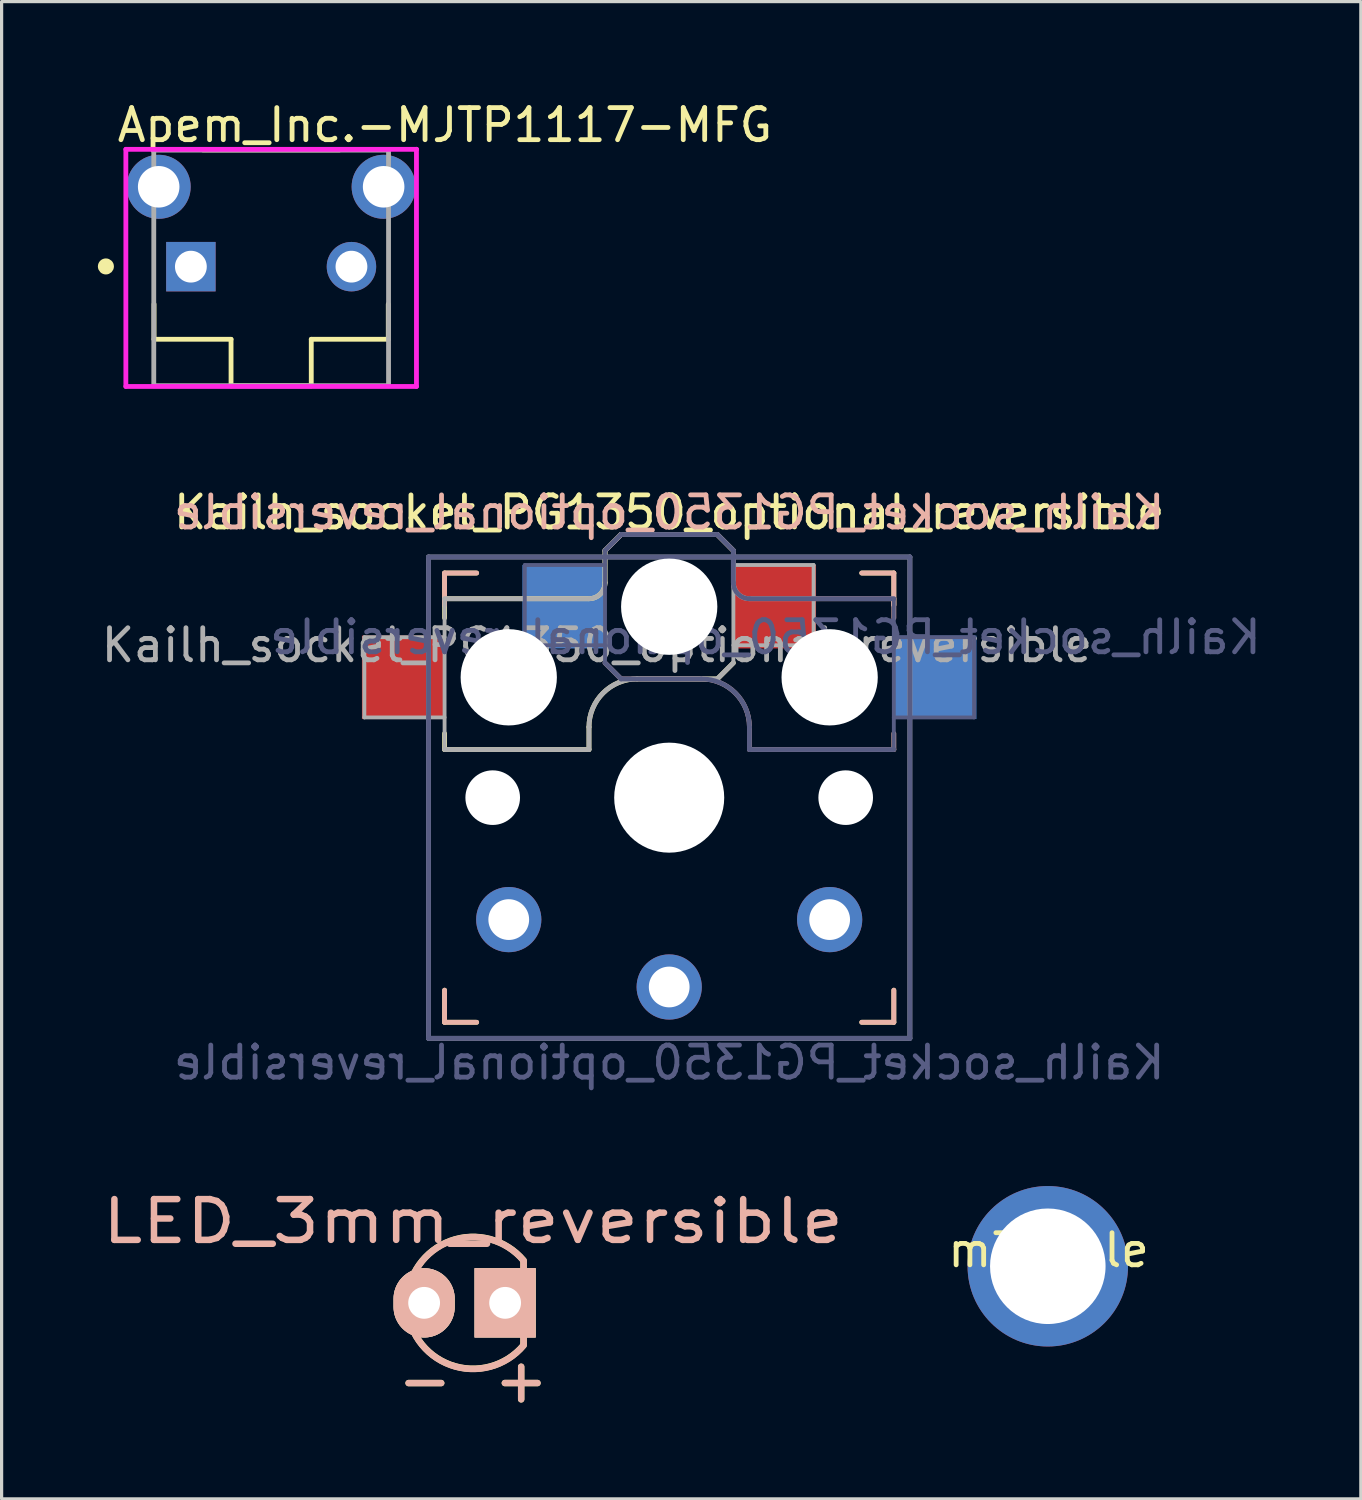
<source format=kicad_pcb>
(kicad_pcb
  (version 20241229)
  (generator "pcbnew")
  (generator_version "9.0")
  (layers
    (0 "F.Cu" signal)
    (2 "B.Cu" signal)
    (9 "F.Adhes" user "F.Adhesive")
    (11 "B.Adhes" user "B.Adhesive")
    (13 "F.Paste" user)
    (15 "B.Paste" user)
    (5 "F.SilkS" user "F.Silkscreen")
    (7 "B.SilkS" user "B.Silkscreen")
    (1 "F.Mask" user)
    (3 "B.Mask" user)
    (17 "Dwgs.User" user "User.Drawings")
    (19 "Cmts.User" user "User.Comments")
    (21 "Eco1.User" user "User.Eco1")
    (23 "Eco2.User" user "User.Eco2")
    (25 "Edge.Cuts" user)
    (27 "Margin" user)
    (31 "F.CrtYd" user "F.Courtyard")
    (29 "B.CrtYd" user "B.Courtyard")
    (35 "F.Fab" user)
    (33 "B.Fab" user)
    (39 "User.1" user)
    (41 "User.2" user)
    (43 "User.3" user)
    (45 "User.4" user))
  (footprint "Kailh_socket_PG1350_optional_reversible"
    (layer "F.Cu")
    (at 17.804 21.807)
    (property "Reference" "Kailh_socket_PG1350_optional_reversible" (at 0 -8.89 0) (layer "F.SilkS") (effects (font (size 1 1) (thickness 0.15))))
    (property "Value" "Kailh_socket_PG1350_optional_reversible" (at 0 8.255 0) (layer "F.Fab") (hide yes) (effects (font (size 1 1) (thickness 0.15))))
    (attr through_hole)
    (fp_line (start -7 -7) (end -6 -7) (stroke (width 0.15) (type solid)) (layer "F.SilkS"))
    (fp_line (start -7 -6.2) (end -2.5 -6.2) (stroke (width 0.15) (type solid)) (layer "F.SilkS"))
    (fp_line (start -7 -6) (end -7 -7) (stroke (width 0.15) (type solid)) (layer "F.SilkS"))
    (fp_line (start -7 -5.6) (end -7 -6.2) (stroke (width 0.15) (type solid)) (layer "F.SilkS"))
    (fp_line (start -7 -1.5) (end -7 -2) (stroke (width 0.15) (type solid)) (layer "F.SilkS"))
    (fp_line (start -7 7) (end -7 6) (stroke (width 0.15) (type solid)) (layer "F.SilkS"))
    (fp_line (start -6 7) (end -7 7) (stroke (width 0.15) (type solid)) (layer "F.SilkS"))
    (fp_line (start -2.5 -2.2) (end -2.5 -1.5) (stroke (width 0.15) (type solid)) (layer "F.SilkS"))
    (fp_line (start -2.5 -1.5) (end -7 -1.5) (stroke (width 0.15) (type solid)) (layer "F.SilkS"))
    (fp_line (start -2 -6.7) (end -2 -7.7) (stroke (width 0.15) (type solid)) (layer "F.SilkS"))
    (fp_line (start -1.5 -8.2) (end -2 -7.7) (stroke (width 0.15) (type solid)) (layer "F.SilkS"))
    (fp_line (start 1.5 -8.2) (end -1.5 -8.2) (stroke (width 0.15) (type solid)) (layer "F.SilkS"))
    (fp_line (start 1.5 -3.7) (end -1 -3.7) (stroke (width 0.15) (type solid)) (layer "F.SilkS"))
    (fp_line (start 2 -7.7) (end 1.5 -8.2) (stroke (width 0.15) (type solid)) (layer "F.SilkS"))
    (fp_line (start 2 -4.2) (end 1.5 -3.7) (stroke (width 0.15) (type solid)) (layer "F.SilkS"))
    (fp_line (start 6 -7) (end 7 -7) (stroke (width 0.15) (type solid)) (layer "F.SilkS"))
    (fp_line (start 7 -7) (end 7 -6) (stroke (width 0.15) (type solid)) (layer "F.SilkS"))
    (fp_line (start 7 6) (end 7 7) (stroke (width 0.15) (type solid)) (layer "F.SilkS"))
    (fp_line (start 7 7) (end 6 7) (stroke (width 0.15) (type solid)) (layer "F.SilkS"))
    (fp_arc (start -2.5 -2.2) (mid -2.06066 -3.26066) (end -1 -3.7) (stroke (width 0.15) (type solid)) (layer "F.SilkS"))
    (fp_arc (start -2 -6.7) (mid -2.146447 -6.346447) (end -2.5 -6.2) (stroke (width 0.15) (type solid)) (layer "F.SilkS"))
    (fp_line (start -7 -7) (end -6 -7) (stroke (width 0.15) (type solid)) (layer "B.SilkS"))
    (fp_line (start -7 -6) (end -7 -7) (stroke (width 0.15) (type solid)) (layer "B.SilkS"))
    (fp_line (start -7 7) (end -7 6) (stroke (width 0.15) (type solid)) (layer "B.SilkS"))
    (fp_line (start -6 7) (end -7 7) (stroke (width 0.15) (type solid)) (layer "B.SilkS"))
    (fp_line (start -2 -7.7) (end -1.5 -8.2) (stroke (width 0.15) (type solid)) (layer "B.SilkS"))
    (fp_line (start -2 -4.2) (end -1.5 -3.7) (stroke (width 0.15) (type solid)) (layer "B.SilkS"))
    (fp_line (start -1.5 -8.2) (end 1.5 -8.2) (stroke (width 0.15) (type solid)) (layer "B.SilkS"))
    (fp_line (start -1.5 -3.7) (end 1 -3.7) (stroke (width 0.15) (type solid)) (layer "B.SilkS"))
    (fp_line (start 1.5 -8.2) (end 2 -7.7) (stroke (width 0.15) (type solid)) (layer "B.SilkS"))
    (fp_line (start 2 -6.7) (end 2 -7.7) (stroke (width 0.15) (type solid)) (layer "B.SilkS"))
    (fp_line (start 2.5 -2.2) (end 2.5 -1.5) (stroke (width 0.15) (type solid)) (layer "B.SilkS"))
    (fp_line (start 2.5 -1.5) (end 7 -1.5) (stroke (width 0.15) (type solid)) (layer "B.SilkS"))
    (fp_line (start 6 -7) (end 7 -7) (stroke (width 0.15) (type solid)) (layer "B.SilkS"))
    (fp_line (start 7 -7) (end 7 -6) (stroke (width 0.15) (type solid)) (layer "B.SilkS"))
    (fp_line (start 7 -6.2) (end 2.5 -6.2) (stroke (width 0.15) (type solid)) (layer "B.SilkS"))
    (fp_line (start 7 -5.6) (end 7 -6.2) (stroke (width 0.15) (type solid)) (layer "B.SilkS"))
    (fp_line (start 7 -1.5) (end 7 -2) (stroke (width 0.15) (type solid)) (layer "B.SilkS"))
    (fp_line (start 7 6) (end 7 7) (stroke (width 0.15) (type solid)) (layer "B.SilkS"))
    (fp_line (start 7 7) (end 6 7) (stroke (width 0.15) (type solid)) (layer "B.SilkS"))
    (fp_arc (start 1 -3.7) (mid 2.06066 -3.26066) (end 2.5 -2.2) (stroke (width 0.15) (type solid)) (layer "B.SilkS"))
    (fp_arc (start 2.5 -6.2) (mid 2.146447 -6.346447) (end 2 -6.7) (stroke (width 0.15) (type solid)) (layer "B.SilkS"))
    (fp_line (start -6.9 6.9) (end -6.9 -6.9) (stroke (width 0.15) (type solid)) (layer "Eco2.User"))
    (fp_line (start -6.9 6.9) (end 6.9 6.9) (stroke (width 0.15) (type solid)) (layer "Eco2.User"))
    (fp_line (start -2.6 -3.1) (end -2.6 -6.3) (stroke (width 0.15) (type solid)) (layer "Eco2.User"))
    (fp_line (start -2.6 -3.1) (end 2.6 -3.1) (stroke (width 0.15) (type solid)) (layer "Eco2.User"))
    (fp_line (start 2.6 -6.3) (end -2.6 -6.3) (stroke (width 0.15) (type solid)) (layer "Eco2.User"))
    (fp_line (start 2.6 -3.1) (end 2.6 -6.3) (stroke (width 0.15) (type solid)) (layer "Eco2.User"))
    (fp_line (start 6.9 -6.9) (end -6.9 -6.9) (stroke (width 0.15) (type solid)) (layer "Eco2.User"))
    (fp_line (start 6.9 -6.9) (end 6.9 6.9) (stroke (width 0.15) (type solid)) (layer "Eco2.User"))
    (fp_line (start -7.5 -7.5) (end 7.5 -7.5) (stroke (width 0.15) (type solid)) (layer "B.Fab"))
    (fp_line (start -7.5 7.5) (end -7.5 -7.5) (stroke (width 0.15) (type solid)) (layer "B.Fab"))
    (fp_line (start -4.5 -7.25) (end -2 -7.25) (stroke (width 0.12) (type solid)) (layer "B.Fab"))
    (fp_line (start -4.5 -4.75) (end -4.5 -7.25) (stroke (width 0.12) (type solid)) (layer "B.Fab"))
    (fp_line (start -2 -7.7) (end -1.5 -8.2) (stroke (width 0.15) (type solid)) (layer "B.Fab"))
    (fp_line (start -2 -4.75) (end -4.5 -4.75) (stroke (width 0.12) (type solid)) (layer "B.Fab"))
    (fp_line (start -2 -4.25) (end -2 -7.7) (stroke (width 0.12) (type solid)) (layer "B.Fab"))
    (fp_line (start -2 -4.2) (end -1.5 -3.7) (stroke (width 0.15) (type solid)) (layer "B.Fab"))
    (fp_line (start -1.5 -8.2) (end 1.5 -8.2) (stroke (width 0.15) (type solid)) (layer "B.Fab"))
    (fp_line (start -1.5 -3.7) (end 1 -3.7) (stroke (width 0.15) (type solid)) (layer "B.Fab"))
    (fp_line (start 1.5 -8.2) (end 2 -7.7) (stroke (width 0.15) (type solid)) (layer "B.Fab"))
    (fp_line (start 2 -6.7) (end 2 -7.7) (stroke (width 0.15) (type solid)) (layer "B.Fab"))
    (fp_line (start 2.5 -2.2) (end 2.5 -1.5) (stroke (width 0.15) (type solid)) (layer "B.Fab"))
    (fp_line (start 2.5 -1.5) (end 7 -1.5) (stroke (width 0.15) (type solid)) (layer "B.Fab"))
    (fp_line (start 7 -6.2) (end 2.5 -6.2) (stroke (width 0.15) (type solid)) (layer "B.Fab"))
    (fp_line (start 7 -5) (end 9.5 -5) (stroke (width 0.12) (type solid)) (layer "B.Fab"))
    (fp_line (start 7 -1.5) (end 7 -6.2) (stroke (width 0.12) (type solid)) (layer "B.Fab"))
    (fp_line (start 7.5 -7.5) (end 7.5 7.5) (stroke (width 0.15) (type solid)) (layer "B.Fab"))
    (fp_line (start 7.5 7.5) (end -7.5 7.5) (stroke (width 0.15) (type solid)) (layer "B.Fab"))
    (fp_line (start 9.5 -5) (end 9.5 -2.5) (stroke (width 0.12) (type solid)) (layer "B.Fab"))
    (fp_line (start 9.5 -2.5) (end 7 -2.5) (stroke (width 0.12) (type solid)) (layer "B.Fab"))
    (fp_arc (start 1 -3.7) (mid 2.06066 -3.26066) (end 2.5 -2.2) (stroke (width 0.15) (type solid)) (layer "B.Fab"))
    (fp_arc (start 2.5 -6.2) (mid 2.146447 -6.346447) (end 2 -6.7) (stroke (width 0.15) (type solid)) (layer "B.Fab"))
    (fp_line (start -9.5 -5) (end -9.5 -2.5) (stroke (width 0.12) (type solid)) (layer "F.Fab"))
    (fp_line (start -9.5 -2.5) (end -7 -2.5) (stroke (width 0.12) (type solid)) (layer "F.Fab"))
    (fp_line (start -7.5 -7.5) (end 7.5 -7.5) (stroke (width 0.15) (type solid)) (layer "F.Fab"))
    (fp_line (start -7.5 7.5) (end -7.5 -7.5) (stroke (width 0.15) (type solid)) (layer "F.Fab"))
    (fp_line (start -7 -6.2) (end -2.5 -6.2) (stroke (width 0.15) (type solid)) (layer "F.Fab"))
    (fp_line (start -7 -5) (end -9.5 -5) (stroke (width 0.12) (type solid)) (layer "F.Fab"))
    (fp_line (start -7 -1.5) (end -7 -6.2) (stroke (width 0.12) (type solid)) (layer "F.Fab"))
    (fp_line (start -2.5 -2.2) (end -2.5 -1.5) (stroke (width 0.15) (type solid)) (layer "F.Fab"))
    (fp_line (start -2.5 -1.5) (end -7 -1.5) (stroke (width 0.15) (type solid)) (layer "F.Fab"))
    (fp_line (start -2 -6.7) (end -2 -7.7) (stroke (width 0.15) (type solid)) (layer "F.Fab"))
    (fp_line (start -1.5 -8.2) (end -2 -7.7) (stroke (width 0.15) (type solid)) (layer "F.Fab"))
    (fp_line (start 1.5 -8.2) (end -1.5 -8.2) (stroke (width 0.15) (type solid)) (layer "F.Fab"))
    (fp_line (start 1.5 -3.7) (end -1 -3.7) (stroke (width 0.15) (type solid)) (layer "F.Fab"))
    (fp_line (start 2 -7.7) (end 1.5 -8.2) (stroke (width 0.15) (type solid)) (layer "F.Fab"))
    (fp_line (start 2 -4.75) (end 4.5 -4.75) (stroke (width 0.12) (type solid)) (layer "F.Fab"))
    (fp_line (start 2 -4.25) (end 2 -7.7) (stroke (width 0.12) (type solid)) (layer "F.Fab"))
    (fp_line (start 2 -4.2) (end 1.5 -3.7) (stroke (width 0.15) (type solid)) (layer "F.Fab"))
    (fp_line (start 4.5 -7.25) (end 2 -7.25) (stroke (width 0.12) (type solid)) (layer "F.Fab"))
    (fp_line (start 4.5 -4.75) (end 4.5 -7.25) (stroke (width 0.12) (type solid)) (layer "F.Fab"))
    (fp_line (start 7.5 -7.5) (end 7.5 7.5) (stroke (width 0.15) (type solid)) (layer "F.Fab"))
    (fp_line (start 7.5 7.5) (end -7.5 7.5) (stroke (width 0.15) (type solid)) (layer "F.Fab"))
    (fp_arc (start -2.5 -2.2) (mid -2.06066 -3.26066) (end -1 -3.7) (stroke (width 0.15) (type solid)) (layer "F.Fab"))
    (fp_arc (start -2 -6.7) (mid -2.146447 -6.346447) (end -2.5 -6.2) (stroke (width 0.15) (type solid)) (layer "F.Fab"))
    (fp_text user "${REFERENCE}" (at 0 -8.89 0) (layer "B.SilkS") (effects (font (size 1 1) (thickness 0.15)) (justify mirror)))
    (fp_text user "${REFERENCE}" (at 3 -5 180) (layer "B.Fab") (effects (font (size 1 1) (thickness 0.15)) (justify mirror)))
    (fp_text user "${VALUE}" (at 0 8.255 0) (layer "B.Fab") (effects (font (size 1 1) (thickness 0.15)) (justify mirror)))
    (fp_text user "${REFERENCE}" (at -2.25 -4.75 0) (layer "F.Fab") (effects (font (size 1 1) (thickness 0.15))))
    (pad "" np_thru_hole circle (at -5.5 0) (size 1.702 1.702) (drill 1.702) (layers "*.Cu" "*.Mask"))
    (pad "" np_thru_hole circle (at -5 -3.75) (size 3 3) (drill 3) (layers "*.Cu" "*.Mask"))
    (pad "" np_thru_hole circle (at 0 -5.95) (size 3 3) (drill 3) (layers "*.Cu" "*.Mask"))
    (pad "" np_thru_hole circle (at 0 0) (size 3.429 3.429) (drill 3.429) (layers "*.Cu" "*.Mask"))
    (pad "" np_thru_hole circle (at 5 -3.75) (size 3 3) (drill 3) (layers "*.Cu" "*.Mask"))
    (pad "" np_thru_hole circle (at 5.5 0) (size 1.702 1.702) (drill 1.702) (layers "*.Cu" "*.Mask"))
    (pad "1" smd rect (at -3.275 -5.95) (size 2.6 2.6) (layers "B.Cu" "B.Mask" "B.Paste"))
    (pad "1" thru_hole circle (at 0 5.9) (size 2.032 2.032) (drill 1.27) (layers "*.Cu" "*.Mask"))
    (pad "1" smd rect (at 3.275 -5.95) (size 2.6 2.6) (layers "F.Cu" "F.Mask" "F.Paste"))
    (pad "2" smd rect (at -8.275 -3.75) (size 2.6 2.6) (layers "F.Cu" "F.Mask" "F.Paste"))
    (pad "2" thru_hole circle (at -5 3.8) (size 2.032 2.032) (drill 1.27) (layers "*.Cu" "*.Mask"))
    (pad "2" thru_hole circle (at 5 3.8) (size 2.032 2.032) (drill 1.27) (layers "*.Cu" "*.Mask"))
    (pad "2" smd rect (at 8.275 -3.75) (size 2.6 2.6) (layers "B.Cu" "B.Mask" "B.Paste")))
  (footprint "LED_3mm_reversible"
    (layer "F.Cu")
    (at 11.691 37.55)
    (property "Reference" "LED_3mm_reversible" (at 0 -2.54 0) (layer "B.SilkS") (effects (font (size 1.27 1.524) (thickness 0.203))))
    (attr through_hole)
    (fp_line (start -2.008 2.5) (end -0.992 2.5) (stroke (width 0.2) (type solid)) (layer "F.SilkS"))
    (fp_line (start 0.992 2.5) (end 2.008 2.5) (stroke (width 0.2) (type solid)) (layer "F.SilkS"))
    (fp_line (start 1.5 1.992) (end 1.5 3.008) (stroke (width 0.2) (type solid)) (layer "F.SilkS"))
    (fp_line (start 1.575 1.27) (end 1.575 -1.27) (stroke (width 0.203) (type solid)) (layer "F.SilkS"))
    (fp_arc (start 1.574195 1.321521) (mid -2.055361 -0.000471) (end 1.5748 -1.3208) (stroke (width 0.2032) (type solid)) (layer "F.SilkS"))
    (fp_line (start -0.992 2.5) (end -2.008 2.5) (stroke (width 0.2) (type solid)) (layer "B.SilkS"))
    (fp_line (start 1.5 1.99) (end 1.5 3.006) (stroke (width 0.2) (type solid)) (layer "B.SilkS"))
    (fp_line (start 1.575 -1.265) (end 1.575 1.275) (stroke (width 0.203) (type solid)) (layer "B.SilkS"))
    (fp_line (start 2.008 2.498) (end 0.992 2.498) (stroke (width 0.2) (type solid)) (layer "B.SilkS"))
    (fp_arc (start 1.575 1.3258) (mid -2.055161 0.005471) (end 1.574395 -1.316521) (stroke (width 0.2032) (type solid)) (layer "B.SilkS"))
    (pad "1" thru_hole oval (at -1.524 0) (size 1.905 2.159) (drill 0.991) (layers "*.Cu" "*.Paste" "*.SilkS" "*.Mask"))
    (pad "2" thru_hole rect (at 1 0 180) (size 1.905 2.159) (drill 0.991) (layers "*.Cu" "*.Paste" "*.SilkS" "*.Mask")))
  (footprint "Apem_Inc.-MJTP1117-MFG"
    (layer "F.Cu")
    (at 5.4 5.298)
    (property "Reference" "Apem_Inc.-MJTP1117-MFG" (at -4.875 -4.45 0) (layer "F.SilkS") (effects (font (size 1 1) (thickness 0.15)) (justify left)))
    (attr through_hole)
    (fp_line (start -3.65 1.13) (end -3.65 2.225) (stroke (width 0.15) (type solid)) (layer "F.SilkS"))
    (fp_line (start -3.65 2.225) (end -1.25 2.225) (stroke (width 0.15) (type solid)) (layer "F.SilkS"))
    (fp_line (start -2.125 -3.675) (end 2.125 -3.675) (stroke (width 0.15) (type solid)) (layer "F.SilkS"))
    (fp_line (start -1.25 2.225) (end -1.25 3.675) (stroke (width 0.15) (type solid)) (layer "F.SilkS"))
    (fp_line (start -1.25 3.675) (end 1.25 3.675) (stroke (width 0.15) (type solid)) (layer "F.SilkS"))
    (fp_line (start 1.25 2.225) (end 1.25 3.675) (stroke (width 0.15) (type solid)) (layer "F.SilkS"))
    (fp_line (start 3.65 1.13) (end 3.65 2.225) (stroke (width 0.15) (type solid)) (layer "F.SilkS"))
    (fp_line (start 3.65 2.225) (end 1.25 2.225) (stroke (width 0.15) (type solid)) (layer "F.SilkS"))
    (fp_circle (center -5.15 -0.045) (end -5.025 -0.045) (stroke (width 0.25) (type solid)) (fill no) (layer "F.SilkS"))
    (fp_line (start -4.528 -3.695) (end -4.528 3.695) (stroke (width 0.15) (type solid)) (layer "F.CrtYd"))
    (fp_line (start -4.528 3.695) (end 4.528 3.695) (stroke (width 0.15) (type solid)) (layer "F.CrtYd"))
    (fp_line (start 4.528 -3.695) (end -4.528 -3.695) (stroke (width 0.15) (type solid)) (layer "F.CrtYd"))
    (fp_line (start 4.528 -3.695) (end 4.528 -3.695) (stroke (width 0.15) (type solid)) (layer "F.CrtYd"))
    (fp_line (start 4.528 3.695) (end 4.528 -3.695) (stroke (width 0.15) (type solid)) (layer "F.CrtYd"))
    (fp_line (start -3.658 -3.67) (end 3.658 -3.67) (stroke (width 0.15) (type solid)) (layer "F.Fab"))
    (fp_line (start -3.658 3.67) (end -3.658 -3.67) (stroke (width 0.15) (type solid)) (layer "F.Fab"))
    (fp_line (start 3.658 -3.67) (end 3.658 3.67) (stroke (width 0.15) (type solid)) (layer "F.Fab"))
    (fp_line (start 3.658 3.67) (end -3.658 3.67) (stroke (width 0.15) (type solid)) (layer "F.Fab"))
    (pad "1" thru_hole rect (at -2.502 -0.038) (size 1.541 1.541) (drill 0.991) (layers "*.Cu"))
    (pad "2" thru_hole circle (at 2.502 -0.038) (size 1.541 1.541) (drill 0.991) (layers "*.Cu"))
    (pad "3" thru_hole circle (at -3.505 -2.527) (size 1.995 1.995) (drill 1.295) (layers "*.Cu"))
    (pad "4" thru_hole circle (at 3.505 -2.527) (size 1.995 1.995) (drill 1.295) (layers "*.Cu")))
  (footprint "m3 hole"
    (layer "F.Cu")
    (at 29.627 36.41)
    (property "Reference" "m3 hole" (at 0 -0.5 0) (unlocked yes) (layer "F.SilkS") (effects (font (size 1 1) (thickness 0.15))))
    (attr smd)
    (pad "1" thru_hole circle (at -0.025 0) (size 5 5) (drill 3.6) (layers "*.Cu" "*.Mask")))
  (gr_rect
    (start -3 -3)
    (end 39.357 43.658)
    (stroke (width 0.1) (type default))
    (fill no)
    (layer "Edge.Cuts")))
</source>
